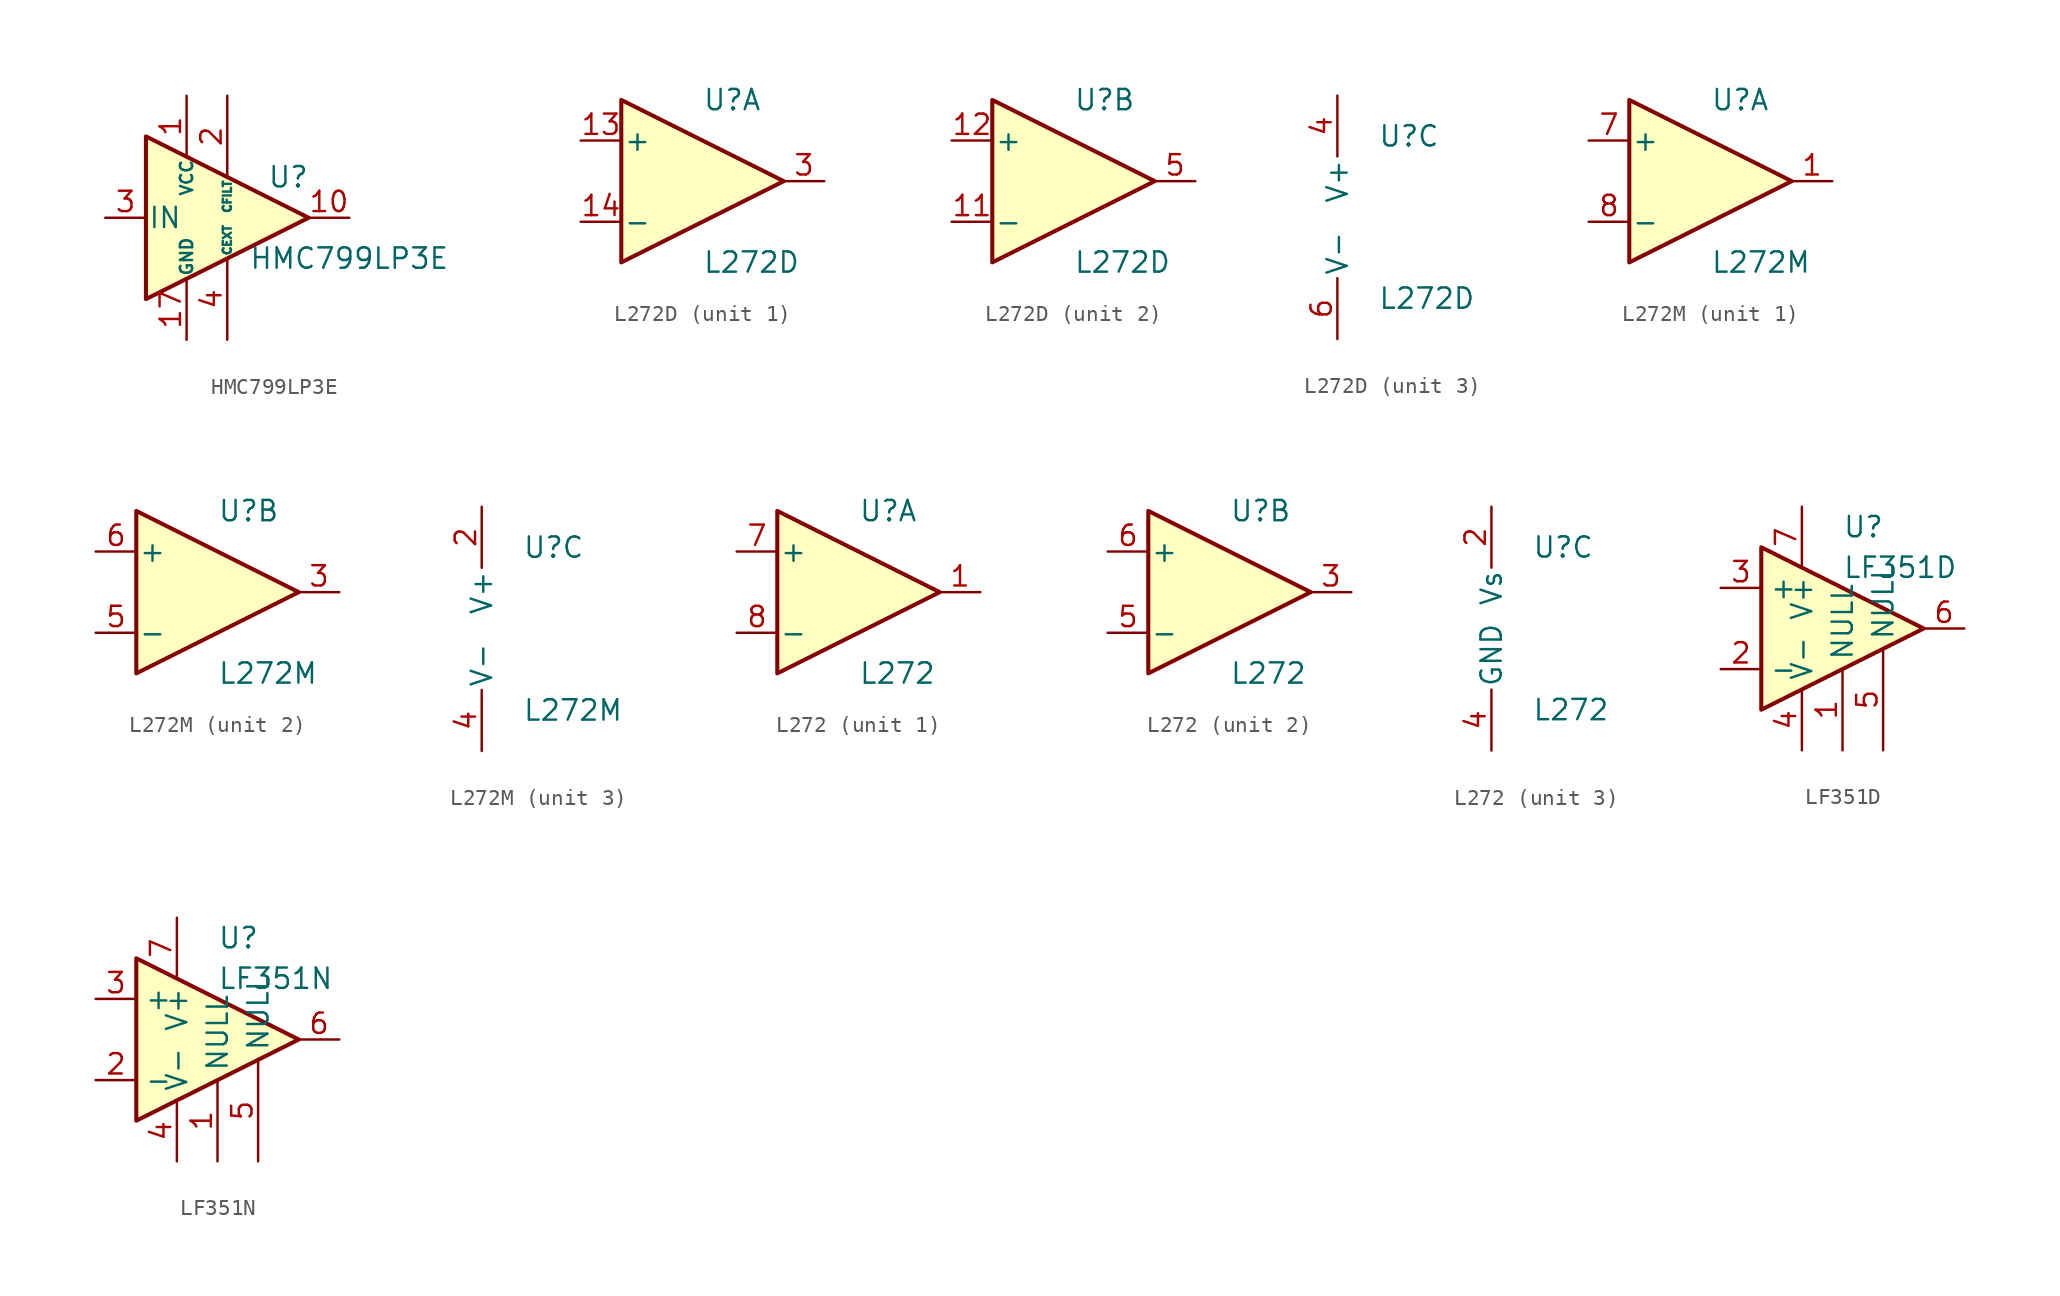
<source format=kicad_sym>
(kicad_symbol_lib
  (version 20241209)
  (generator "kicad_symbol_editor")
  (generator_version "9.0")
  (symbol "HMC799LP3E"
    (pin_names
      (offset 0.127))
    (property "Reference" "U"
      (at 3.81 2.54 0)
      (effects (font (size 1.27 1.27))))
    (property "Value" "HMC799LP3E"
      (at 7.62 -2.54 0)
      (effects (font (size 1.27 1.27))))
    (symbol "HMC799LP3E_0_0"
      (pin no_connect line (at -5.08 5.08 0) (length 2.54) (hide yes) (name "NC" (effects (font (size 1.27 1.27)))) (number "5" (effects (font (size 1.27 1.27)))))
      (pin no_connect line (at -5.08 2.54 0) (length 2.54) (hide yes) (name "NC" (effects (font (size 1.27 1.27)))) (number "6" (effects (font (size 1.27 1.27)))))
      (pin no_connect line (at -5.08 -2.54 0) (length 2.54) (hide yes) (name "NC" (effects (font (size 1.27 1.27)))) (number "7" (effects (font (size 1.27 1.27)))))
      (pin no_connect line (at -5.08 -5.08 0) (length 2.54) (hide yes) (name "NC" (effects (font (size 1.27 1.27)))) (number "8" (effects (font (size 1.27 1.27)))))
      (pin passive line (at -2.54 7.62 270) (length 3.81) (hide yes) (name "VCC" (effects (font (size 0.762 0.762)))) (number "12" (effects (font (size 1.27 1.27)))))
      (pin passive line (at -2.54 7.62 270) (length 3.81) (hide yes) (name "VCC" (effects (font (size 0.762 0.762)))) (number "14" (effects (font (size 1.27 1.27)))))
      (pin no_connect line (at -2.54 2.54 0) (length 2.54) (hide yes) (name "NC" (effects (font (size 1.27 1.27)))) (number "15" (effects (font (size 1.27 1.27)))))
      (pin no_connect line (at -2.54 0 90) (length 2.54) (hide yes) (name "NC" (effects (font (size 1.27 1.27)))) (number "9" (effects (font (size 1.27 1.27)))))
      (pin no_connect line (at -2.54 -2.54 0) (length 2.54) (hide yes) (name "NC" (effects (font (size 1.27 1.27)))) (number "16" (effects (font (size 1.27 1.27)))))
      (pin no_connect line (at 0 0 90) (length 2.54) (hide yes) (name "NC" (effects (font (size 1.27 1.27)))) (number "11" (effects (font (size 1.27 1.27)))))
      (pin no_connect line (at 2.54 0 90) (length 2.54) (hide yes) (name "NC" (effects (font (size 1.27 1.27)))) (number "13" (effects (font (size 1.27 1.27))))))
    (symbol "HMC799LP3E_0_1"
      (polyline (pts (xy 5.08 0) (xy -5.08 5.08) (xy -5.08 -5.08) (xy 5.08 0)) (stroke (width 0.254) (type default)) (fill (type background))))
    (symbol "HMC799LP3E_1_1"
      (pin input line (at -7.62 0 0) (length 2.54) (name "IN" (effects (font (size 1.27 1.27)))) (number "3" (effects (font (size 1.27 1.27)))))
      (pin power_in line (at -2.54 7.62 270) (length 3.81) (name "VCC" (effects (font (size 0.762 0.762)))) (number "1" (effects (font (size 1.27 1.27)))))
      (pin power_in line (at -2.54 -7.62 90) (length 3.81) (name "GND" (effects (font (size 0.762 0.762)))) (number "17" (effects (font (size 1.27 1.27)))))
      (pin passive line (at 0 7.62 270) (length 5.08) (name "CFILT" (effects (font (size 0.508 0.508)))) (number "2" (effects (font (size 1.27 1.27)))))
      (pin passive line (at 0 -7.62 90) (length 5.08) (name "CEXT" (effects (font (size 0.508 0.508)))) (number "4" (effects (font (size 1.27 1.27)))))
      (pin output line (at 7.62 0 180) (length 2.54) (name "~" (effects (font (size 1.27 1.27)))) (number "10" (effects (font (size 1.27 1.27)))))))
  (symbol "L272D"
    (pin_names
      (offset 0.127))
    (property "Reference" "U"
      (at 0 5.08 0)
      (effects (font (size 1.27 1.27)) (justify left)))
    (property "Value" "L272D"
      (at 0 -5.08 0)
      (effects (font (size 1.27 1.27)) (justify left)))
    (property "ki_locked" ""
      (at 0 0 0)
      (effects (font (size 1.27 1.27))))
    (symbol "L272D_1_1"
      (polyline (pts (xy -5.08 5.08) (xy 5.08 0) (xy -5.08 -5.08) (xy -5.08 5.08)) (stroke (width 0.254) (type default)) (fill (type background)))
      (pin input line (at -7.62 2.54 0) (length 2.54) (name "+" (effects (font (size 1.27 1.27)))) (number "13" (effects (font (size 1.27 1.27)))))
      (pin input line (at -7.62 -2.54 0) (length 2.54) (name "-" (effects (font (size 1.27 1.27)))) (number "14" (effects (font (size 1.27 1.27)))))
      (pin no_connect line (at -2.54 2.54 90) (length 2.54) (hide yes) (name "NC" (effects (font (size 1.27 1.27)))) (number "7" (effects (font (size 1.27 1.27)))))
      (pin no_connect line (at -2.54 -2.54 90) (length 2.54) (hide yes) (name "NC" (effects (font (size 1.27 1.27)))) (number "1" (effects (font (size 1.27 1.27)))))
      (pin no_connect line (at 0 2.54 90) (length 2.54) (hide yes) (name "NC" (effects (font (size 1.27 1.27)))) (number "8" (effects (font (size 1.27 1.27)))))
      (pin no_connect line (at 0 -2.54 90) (length 2.54) (hide yes) (name "NC" (effects (font (size 1.27 1.27)))) (number "2" (effects (font (size 1.27 1.27)))))
      (pin output line (at 7.62 0 180) (length 2.54) (name "~" (effects (font (size 1.27 1.27)))) (number "3" (effects (font (size 1.27 1.27))))))
    (symbol "L272D_2_1"
      (polyline (pts (xy -5.08 5.08) (xy 5.08 0) (xy -5.08 -5.08) (xy -5.08 5.08)) (stroke (width 0.254) (type default)) (fill (type background)))
      (pin input line (at -7.62 2.54 0) (length 2.54) (name "+" (effects (font (size 1.27 1.27)))) (number "12" (effects (font (size 1.27 1.27)))))
      (pin input line (at -7.62 -2.54 0) (length 2.54) (name "-" (effects (font (size 1.27 1.27)))) (number "11" (effects (font (size 1.27 1.27)))))
      (pin no_connect line (at -2.54 2.54 270) (length 2.54) (hide yes) (name "NC" (effects (font (size 1.27 1.27)))) (number "15" (effects (font (size 1.27 1.27)))))
      (pin no_connect line (at -2.54 -2.54 270) (length 2.54) (hide yes) (name "NC" (effects (font (size 1.27 1.27)))) (number "9" (effects (font (size 1.27 1.27)))))
      (pin no_connect line (at 0 2.54 270) (length 2.54) (hide yes) (name "NC" (effects (font (size 1.27 1.27)))) (number "16" (effects (font (size 1.27 1.27)))))
      (pin no_connect line (at 0 -2.54 270) (length 2.54) (hide yes) (name "NC" (effects (font (size 1.27 1.27)))) (number "10" (effects (font (size 1.27 1.27)))))
      (pin output line (at 7.62 0 180) (length 2.54) (name "~" (effects (font (size 1.27 1.27)))) (number "5" (effects (font (size 1.27 1.27))))))
    (symbol "L272D_3_1"
      (pin power_in line (at -2.54 7.62 270) (length 3.81) (name "V+" (effects (font (size 1.27 1.27)))) (number "4" (effects (font (size 1.27 1.27)))))
      (pin power_in line (at -2.54 -7.62 90) (length 3.81) (name "V-" (effects (font (size 1.27 1.27)))) (number "6" (effects (font (size 1.27 1.27)))))))
  (symbol "L272M"
    (pin_names
      (offset 0.127))
    (property "Reference" "U"
      (at 0 5.08 0)
      (effects (font (size 1.27 1.27)) (justify left)))
    (property "Value" "L272M"
      (at 0 -5.08 0)
      (effects (font (size 1.27 1.27)) (justify left)))
    (property "ki_locked" ""
      (at 0 0 0)
      (effects (font (size 1.27 1.27))))
    (symbol "L272M_1_1"
      (polyline (pts (xy -5.08 5.08) (xy 5.08 0) (xy -5.08 -5.08) (xy -5.08 5.08)) (stroke (width 0.254) (type default)) (fill (type background)))
      (pin input line (at -7.62 2.54 0) (length 2.54) (name "+" (effects (font (size 1.27 1.27)))) (number "7" (effects (font (size 1.27 1.27)))))
      (pin input line (at -7.62 -2.54 0) (length 2.54) (name "-" (effects (font (size 1.27 1.27)))) (number "8" (effects (font (size 1.27 1.27)))))
      (pin output line (at 7.62 0 180) (length 2.54) (name "~" (effects (font (size 1.27 1.27)))) (number "1" (effects (font (size 1.27 1.27))))))
    (symbol "L272M_2_1"
      (polyline (pts (xy -5.08 5.08) (xy 5.08 0) (xy -5.08 -5.08) (xy -5.08 5.08)) (stroke (width 0.254) (type default)) (fill (type background)))
      (pin input line (at -7.62 2.54 0) (length 2.54) (name "+" (effects (font (size 1.27 1.27)))) (number "6" (effects (font (size 1.27 1.27)))))
      (pin input line (at -7.62 -2.54 0) (length 2.54) (name "-" (effects (font (size 1.27 1.27)))) (number "5" (effects (font (size 1.27 1.27)))))
      (pin output line (at 7.62 0 180) (length 2.54) (name "~" (effects (font (size 1.27 1.27)))) (number "3" (effects (font (size 1.27 1.27))))))
    (symbol "L272M_3_1"
      (pin power_in line (at -2.54 7.62 270) (length 3.81) (name "V+" (effects (font (size 1.27 1.27)))) (number "2" (effects (font (size 1.27 1.27)))))
      (pin power_in line (at -2.54 -7.62 90) (length 3.81) (name "V-" (effects (font (size 1.27 1.27)))) (number "4" (effects (font (size 1.27 1.27)))))))
  (symbol "L272"
    (pin_names
      (offset 0.127))
    (property "Reference" "U"
      (at 0 5.08 0)
      (effects (font (size 1.27 1.27)) (justify left)))
    (property "Value" "L272"
      (at 0 -5.08 0)
      (effects (font (size 1.27 1.27)) (justify left)))
    (property "ki_locked" ""
      (at 0 0 0)
      (effects (font (size 1.27 1.27))))
    (symbol "L272_1_1"
      (polyline (pts (xy -5.08 5.08) (xy 5.08 0) (xy -5.08 -5.08) (xy -5.08 5.08)) (stroke (width 0.254) (type default)) (fill (type background)))
      (pin input line (at -7.62 2.54 0) (length 2.54) (name "+" (effects (font (size 1.27 1.27)))) (number "7" (effects (font (size 1.27 1.27)))))
      (pin input line (at -7.62 -2.54 0) (length 2.54) (name "-" (effects (font (size 1.27 1.27)))) (number "8" (effects (font (size 1.27 1.27)))))
      (pin output line (at 7.62 0 180) (length 2.54) (name "~" (effects (font (size 1.27 1.27)))) (number "1" (effects (font (size 1.27 1.27))))))
    (symbol "L272_2_1"
      (polyline (pts (xy -5.08 5.08) (xy 5.08 0) (xy -5.08 -5.08) (xy -5.08 5.08)) (stroke (width 0.254) (type default)) (fill (type background)))
      (pin input line (at -7.62 2.54 0) (length 2.54) (name "+" (effects (font (size 1.27 1.27)))) (number "6" (effects (font (size 1.27 1.27)))))
      (pin input line (at -7.62 -2.54 0) (length 2.54) (name "-" (effects (font (size 1.27 1.27)))) (number "5" (effects (font (size 1.27 1.27)))))
      (pin output line (at 7.62 0 180) (length 2.54) (name "~" (effects (font (size 1.27 1.27)))) (number "3" (effects (font (size 1.27 1.27))))))
    (symbol "L272_3_1"
      (pin power_in line (at -2.54 7.62 270) (length 3.81) (name "Vs" (effects (font (size 1.27 1.27)))) (number "2" (effects (font (size 1.27 1.27)))))
      (pin passive line (at -2.54 -7.62 90) (length 3.81) (hide yes) (name "GND" (effects (font (size 1.27 1.27)))) (number "10" (effects (font (size 1.27 1.27)))))
      (pin passive line (at -2.54 -7.62 90) (length 3.81) (hide yes) (name "GND" (effects (font (size 1.27 1.27)))) (number "11" (effects (font (size 1.27 1.27)))))
      (pin passive line (at -2.54 -7.62 90) (length 3.81) (hide yes) (name "GND" (effects (font (size 1.27 1.27)))) (number "12" (effects (font (size 1.27 1.27)))))
      (pin passive line (at -2.54 -7.62 90) (length 3.81) (hide yes) (name "GND" (effects (font (size 1.27 1.27)))) (number "13" (effects (font (size 1.27 1.27)))))
      (pin passive line (at -2.54 -7.62 90) (length 3.81) (hide yes) (name "GND" (effects (font (size 1.27 1.27)))) (number "14" (effects (font (size 1.27 1.27)))))
      (pin passive line (at -2.54 -7.62 90) (length 3.81) (hide yes) (name "GND" (effects (font (size 1.27 1.27)))) (number "15" (effects (font (size 1.27 1.27)))))
      (pin passive line (at -2.54 -7.62 90) (length 3.81) (hide yes) (name "GND" (effects (font (size 1.27 1.27)))) (number "16" (effects (font (size 1.27 1.27)))))
      (pin power_in line (at -2.54 -7.62 90) (length 3.81) (name "GND" (effects (font (size 1.27 1.27)))) (number "4" (effects (font (size 1.27 1.27)))))
      (pin passive line (at -2.54 -7.62 90) (length 3.81) (hide yes) (name "GND" (effects (font (size 1.27 1.27)))) (number "9" (effects (font (size 1.27 1.27)))))))
  (symbol "LF351D"
    (property "Reference" "U"
      (at 0 6.35 0)
      (effects (font (size 1.27 1.27)) (justify left)))
    (property "Value" "LF351D"
      (at 0 3.81 0)
      (effects (font (size 1.27 1.27)) (justify left)))
    (symbol "LF351D_0_1"
      (polyline (pts (xy -5.08 5.08) (xy 5.08 0) (xy -5.08 -5.08) (xy -5.08 5.08)) (stroke (width 0.254) (type default)) (fill (type background))))
    (symbol "LF351D_1_1"
      (pin input line (at -7.62 2.54 0) (length 2.54) (name "+" (effects (font (size 1.27 1.27)))) (number "3" (effects (font (size 1.27 1.27)))))
      (pin input line (at -7.62 -2.54 0) (length 2.54) (name "-" (effects (font (size 1.27 1.27)))) (number "2" (effects (font (size 1.27 1.27)))))
      (pin power_in line (at -2.54 7.62 270) (length 3.81) (name "V+" (effects (font (size 1.27 1.27)))) (number "7" (effects (font (size 1.27 1.27)))))
      (pin power_in line (at -2.54 -7.62 90) (length 3.81) (name "V-" (effects (font (size 1.27 1.27)))) (number "4" (effects (font (size 1.27 1.27)))))
      (pin no_connect line (at 0 2.54 270) (length 2.54) (hide yes) (name "NC" (effects (font (size 1.27 1.27)))) (number "8" (effects (font (size 1.27 1.27)))))
      (pin input line (at 0 -7.62 90) (length 5.08) (name "NULL" (effects (font (size 1.27 1.27)))) (number "1" (effects (font (size 1.27 1.27)))))
      (pin input line (at 2.54 -7.62 90) (length 6.35) (name "NULL" (effects (font (size 1.27 1.27)))) (number "5" (effects (font (size 1.27 1.27)))))
      (pin output line (at 7.62 0 180) (length 2.54) (name "~" (effects (font (size 1.27 1.27)))) (number "6" (effects (font (size 1.27 1.27)))))))
  (symbol "LF351N"
    (property "Reference" "U"
      (at 0 6.35 0)
      (effects (font (size 1.27 1.27)) (justify left)))
    (property "Value" "LF351N"
      (at 0 3.81 0)
      (effects (font (size 1.27 1.27)) (justify left)))
    (symbol "LF351N_0_1"
      (polyline (pts (xy -5.08 5.08) (xy 5.08 0) (xy -5.08 -5.08) (xy -5.08 5.08)) (stroke (width 0.254) (type default)) (fill (type background))))
    (symbol "LF351N_1_1"
      (pin input line (at -7.62 2.54 0) (length 2.54) (name "+" (effects (font (size 1.27 1.27)))) (number "3" (effects (font (size 1.27 1.27)))))
      (pin input line (at -7.62 -2.54 0) (length 2.54) (name "-" (effects (font (size 1.27 1.27)))) (number "2" (effects (font (size 1.27 1.27)))))
      (pin power_in line (at -2.54 7.62 270) (length 3.81) (name "V+" (effects (font (size 1.27 1.27)))) (number "7" (effects (font (size 1.27 1.27)))))
      (pin power_in line (at -2.54 -7.62 90) (length 3.81) (name "V-" (effects (font (size 1.27 1.27)))) (number "4" (effects (font (size 1.27 1.27)))))
      (pin no_connect line (at 0 2.54 270) (length 2.54) (hide yes) (name "NC" (effects (font (size 1.27 1.27)))) (number "8" (effects (font (size 1.27 1.27)))))
      (pin input line (at 0 -7.62 90) (length 5.08) (name "NULL" (effects (font (size 1.27 1.27)))) (number "1" (effects (font (size 1.27 1.27)))))
      (pin input line (at 2.54 -7.62 90) (length 6.35) (name "NULL" (effects (font (size 1.27 1.27)))) (number "5" (effects (font (size 1.27 1.27)))))
      (pin output line (at 7.62 0 180) (length 2.54) (name "~" (effects (font (size 1.27 1.27)))) (number "6" (effects (font (size 1.27 1.27))))))))
</source>
